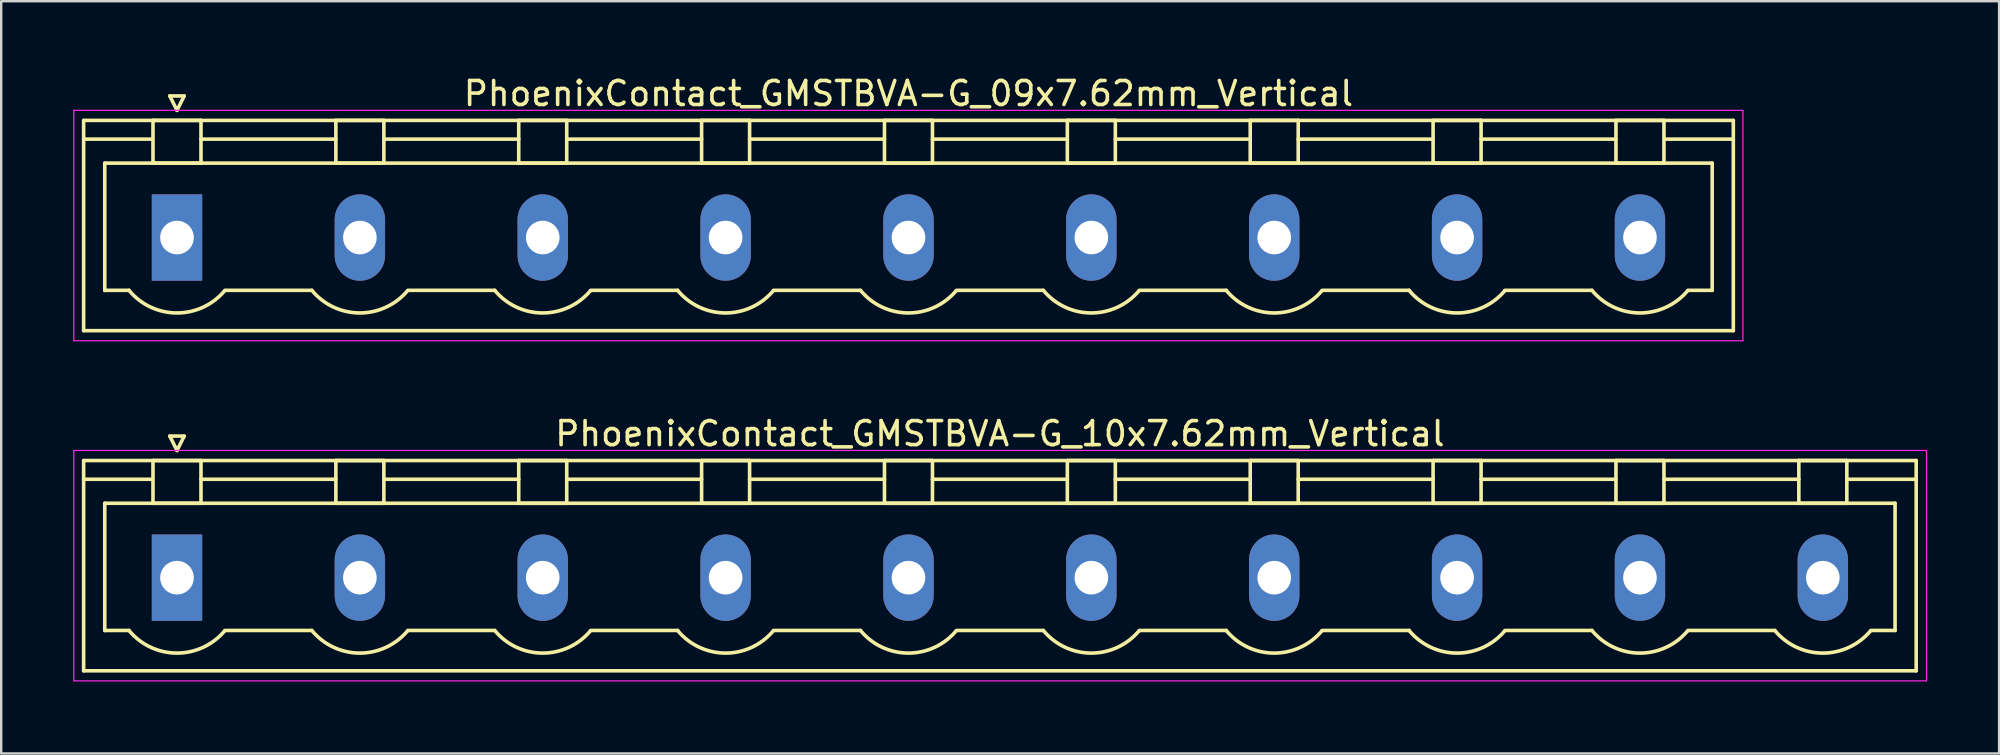
<source format=kicad_pcb>
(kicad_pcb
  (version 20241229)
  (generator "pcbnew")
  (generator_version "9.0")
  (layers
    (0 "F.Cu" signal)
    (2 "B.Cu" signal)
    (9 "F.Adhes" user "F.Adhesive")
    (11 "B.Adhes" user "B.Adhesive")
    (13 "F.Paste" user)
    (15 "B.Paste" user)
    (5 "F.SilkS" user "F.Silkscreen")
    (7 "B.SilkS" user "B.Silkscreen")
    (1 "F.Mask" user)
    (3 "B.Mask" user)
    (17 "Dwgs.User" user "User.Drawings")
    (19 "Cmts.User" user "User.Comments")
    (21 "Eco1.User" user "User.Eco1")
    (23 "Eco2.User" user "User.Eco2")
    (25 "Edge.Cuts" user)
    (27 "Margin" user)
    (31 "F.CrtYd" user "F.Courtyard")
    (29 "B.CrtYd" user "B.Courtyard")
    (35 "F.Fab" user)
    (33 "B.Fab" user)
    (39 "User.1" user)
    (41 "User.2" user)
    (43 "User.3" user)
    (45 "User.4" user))
  (footprint "PhoenixContact_GMSTBVA-G_09x7.62mm_Vertical"
    (layer "F.Cu")
    (at 4.325 6.848)
    (property "Reference" "PhoenixContact_GMSTBVA-G_09x7.62mm_Vertical" (at 30.48 -6 0) (layer "F.SilkS") (effects (font (size 1 1) (thickness 0.15))))
    (attr through_hole)
    (fp_line (start -3.89 -4.88) (end -3.89 3.88) (stroke (width 0.15) (type solid)) (layer "F.SilkS"))
    (fp_line (start -3.89 -4.1) (end -1.08 -4.1) (stroke (width 0.15) (type solid)) (layer "F.SilkS"))
    (fp_line (start -3.89 3.88) (end 64.85 3.88) (stroke (width 0.15) (type solid)) (layer "F.SilkS"))
    (fp_line (start -3.01 -3.1) (end 63.97 -3.1) (stroke (width 0.15) (type solid)) (layer "F.SilkS"))
    (fp_line (start -3.01 2.2) (end -3.01 -3.1) (stroke (width 0.15) (type solid)) (layer "F.SilkS"))
    (fp_line (start -2 2.2) (end -3.01 2.2) (stroke (width 0.15) (type solid)) (layer "F.SilkS"))
    (fp_line (start -1 -4.88) (end 1 -4.88) (stroke (width 0.15) (type solid)) (layer "F.SilkS"))
    (fp_line (start -1 -3.1) (end -1 -4.88) (stroke (width 0.15) (type solid)) (layer "F.SilkS"))
    (fp_line (start -0.3 -5.9) (end 0 -5.3) (stroke (width 0.15) (type solid)) (layer "F.SilkS"))
    (fp_line (start 0 -5.3) (end 0.3 -5.9) (stroke (width 0.15) (type solid)) (layer "F.SilkS"))
    (fp_line (start 0.3 -5.9) (end -0.3 -5.9) (stroke (width 0.15) (type solid)) (layer "F.SilkS"))
    (fp_line (start 1 -4.88) (end 1 -3.1) (stroke (width 0.15) (type solid)) (layer "F.SilkS"))
    (fp_line (start 1 -4.1) (end 6.62 -4.1) (stroke (width 0.15) (type solid)) (layer "F.SilkS"))
    (fp_line (start 1 -3.1) (end -1 -3.1) (stroke (width 0.15) (type solid)) (layer "F.SilkS"))
    (fp_line (start 2 2.2) (end 5.62 2.2) (stroke (width 0.15) (type solid)) (layer "F.SilkS"))
    (fp_line (start 6.62 -4.88) (end 8.62 -4.88) (stroke (width 0.15) (type solid)) (layer "F.SilkS"))
    (fp_line (start 6.62 -3.1) (end 6.62 -4.88) (stroke (width 0.15) (type solid)) (layer "F.SilkS"))
    (fp_line (start 8.62 -4.88) (end 8.62 -3.1) (stroke (width 0.15) (type solid)) (layer "F.SilkS"))
    (fp_line (start 8.62 -4.1) (end 14.24 -4.1) (stroke (width 0.15) (type solid)) (layer "F.SilkS"))
    (fp_line (start 8.62 -3.1) (end 6.62 -3.1) (stroke (width 0.15) (type solid)) (layer "F.SilkS"))
    (fp_line (start 9.62 2.2) (end 13.24 2.2) (stroke (width 0.15) (type solid)) (layer "F.SilkS"))
    (fp_line (start 14.24 -4.88) (end 16.24 -4.88) (stroke (width 0.15) (type solid)) (layer "F.SilkS"))
    (fp_line (start 14.24 -3.1) (end 14.24 -4.88) (stroke (width 0.15) (type solid)) (layer "F.SilkS"))
    (fp_line (start 16.24 -4.88) (end 16.24 -3.1) (stroke (width 0.15) (type solid)) (layer "F.SilkS"))
    (fp_line (start 16.24 -4.1) (end 21.86 -4.1) (stroke (width 0.15) (type solid)) (layer "F.SilkS"))
    (fp_line (start 16.24 -3.1) (end 14.24 -3.1) (stroke (width 0.15) (type solid)) (layer "F.SilkS"))
    (fp_line (start 17.24 2.2) (end 20.86 2.2) (stroke (width 0.15) (type solid)) (layer "F.SilkS"))
    (fp_line (start 21.86 -4.88) (end 23.86 -4.88) (stroke (width 0.15) (type solid)) (layer "F.SilkS"))
    (fp_line (start 21.86 -3.1) (end 21.86 -4.88) (stroke (width 0.15) (type solid)) (layer "F.SilkS"))
    (fp_line (start 23.86 -4.88) (end 23.86 -3.1) (stroke (width 0.15) (type solid)) (layer "F.SilkS"))
    (fp_line (start 23.86 -4.1) (end 29.48 -4.1) (stroke (width 0.15) (type solid)) (layer "F.SilkS"))
    (fp_line (start 23.86 -3.1) (end 21.86 -3.1) (stroke (width 0.15) (type solid)) (layer "F.SilkS"))
    (fp_line (start 24.86 2.2) (end 28.48 2.2) (stroke (width 0.15) (type solid)) (layer "F.SilkS"))
    (fp_line (start 29.48 -4.88) (end 31.48 -4.88) (stroke (width 0.15) (type solid)) (layer "F.SilkS"))
    (fp_line (start 29.48 -3.1) (end 29.48 -4.88) (stroke (width 0.15) (type solid)) (layer "F.SilkS"))
    (fp_line (start 31.48 -4.88) (end 31.48 -3.1) (stroke (width 0.15) (type solid)) (layer "F.SilkS"))
    (fp_line (start 31.48 -4.1) (end 37.1 -4.1) (stroke (width 0.15) (type solid)) (layer "F.SilkS"))
    (fp_line (start 31.48 -3.1) (end 29.48 -3.1) (stroke (width 0.15) (type solid)) (layer "F.SilkS"))
    (fp_line (start 32.48 2.2) (end 36.1 2.2) (stroke (width 0.15) (type solid)) (layer "F.SilkS"))
    (fp_line (start 37.1 -4.88) (end 39.1 -4.88) (stroke (width 0.15) (type solid)) (layer "F.SilkS"))
    (fp_line (start 37.1 -3.1) (end 37.1 -4.88) (stroke (width 0.15) (type solid)) (layer "F.SilkS"))
    (fp_line (start 39.1 -4.88) (end 39.1 -3.1) (stroke (width 0.15) (type solid)) (layer "F.SilkS"))
    (fp_line (start 39.1 -4.1) (end 44.72 -4.1) (stroke (width 0.15) (type solid)) (layer "F.SilkS"))
    (fp_line (start 39.1 -3.1) (end 37.1 -3.1) (stroke (width 0.15) (type solid)) (layer "F.SilkS"))
    (fp_line (start 40.1 2.2) (end 43.72 2.2) (stroke (width 0.15) (type solid)) (layer "F.SilkS"))
    (fp_line (start 44.72 -4.88) (end 46.72 -4.88) (stroke (width 0.15) (type solid)) (layer "F.SilkS"))
    (fp_line (start 44.72 -3.1) (end 44.72 -4.88) (stroke (width 0.15) (type solid)) (layer "F.SilkS"))
    (fp_line (start 46.72 -4.88) (end 46.72 -3.1) (stroke (width 0.15) (type solid)) (layer "F.SilkS"))
    (fp_line (start 46.72 -4.1) (end 52.34 -4.1) (stroke (width 0.15) (type solid)) (layer "F.SilkS"))
    (fp_line (start 46.72 -3.1) (end 44.72 -3.1) (stroke (width 0.15) (type solid)) (layer "F.SilkS"))
    (fp_line (start 47.72 2.2) (end 51.34 2.2) (stroke (width 0.15) (type solid)) (layer "F.SilkS"))
    (fp_line (start 52.34 -4.88) (end 54.34 -4.88) (stroke (width 0.15) (type solid)) (layer "F.SilkS"))
    (fp_line (start 52.34 -3.1) (end 52.34 -4.88) (stroke (width 0.15) (type solid)) (layer "F.SilkS"))
    (fp_line (start 54.34 -4.88) (end 54.34 -3.1) (stroke (width 0.15) (type solid)) (layer "F.SilkS"))
    (fp_line (start 54.34 -4.1) (end 59.96 -4.1) (stroke (width 0.15) (type solid)) (layer "F.SilkS"))
    (fp_line (start 54.34 -3.1) (end 52.34 -3.1) (stroke (width 0.15) (type solid)) (layer "F.SilkS"))
    (fp_line (start 55.34 2.2) (end 58.96 2.2) (stroke (width 0.15) (type solid)) (layer "F.SilkS"))
    (fp_line (start 59.96 -4.88) (end 61.96 -4.88) (stroke (width 0.15) (type solid)) (layer "F.SilkS"))
    (fp_line (start 59.96 -3.1) (end 59.96 -4.88) (stroke (width 0.15) (type solid)) (layer "F.SilkS"))
    (fp_line (start 61.96 -4.88) (end 61.96 -3.1) (stroke (width 0.15) (type solid)) (layer "F.SilkS"))
    (fp_line (start 61.96 -3.1) (end 59.96 -3.1) (stroke (width 0.15) (type solid)) (layer "F.SilkS"))
    (fp_line (start 63.97 -3.1) (end 63.97 2.2) (stroke (width 0.15) (type solid)) (layer "F.SilkS"))
    (fp_line (start 63.97 2.2) (end 62.96 2.2) (stroke (width 0.15) (type solid)) (layer "F.SilkS"))
    (fp_line (start 64.85 -4.88) (end -3.89 -4.88) (stroke (width 0.15) (type solid)) (layer "F.SilkS"))
    (fp_line (start 64.85 -4.1) (end 62.04 -4.1) (stroke (width 0.15) (type solid)) (layer "F.SilkS"))
    (fp_line (start 64.85 3.88) (end 64.85 -4.88) (stroke (width 0.15) (type solid)) (layer "F.SilkS"))
    (fp_arc (start 1.986842 2.215821) (mid -0.010289 3.142758) (end -2 2.2) (stroke (width 0.15) (type solid)) (layer "F.SilkS"))
    (fp_arc (start 9.606842 2.215821) (mid 7.609711 3.142758) (end 5.62 2.2) (stroke (width 0.15) (type solid)) (layer "F.SilkS"))
    (fp_arc (start 17.226842 2.215821) (mid 15.229711 3.142758) (end 13.24 2.2) (stroke (width 0.15) (type solid)) (layer "F.SilkS"))
    (fp_arc (start 24.846842 2.215821) (mid 22.849711 3.142758) (end 20.86 2.2) (stroke (width 0.15) (type solid)) (layer "F.SilkS"))
    (fp_arc (start 32.466842 2.215821) (mid 30.469711 3.142758) (end 28.48 2.2) (stroke (width 0.15) (type solid)) (layer "F.SilkS"))
    (fp_arc (start 40.086842 2.215821) (mid 38.089711 3.142758) (end 36.1 2.2) (stroke (width 0.15) (type solid)) (layer "F.SilkS"))
    (fp_arc (start 47.706842 2.215821) (mid 45.709711 3.142758) (end 43.72 2.2) (stroke (width 0.15) (type solid)) (layer "F.SilkS"))
    (fp_arc (start 55.326842 2.215821) (mid 53.329711 3.142758) (end 51.34 2.2) (stroke (width 0.15) (type solid)) (layer "F.SilkS"))
    (fp_arc (start 62.946842 2.215821) (mid 60.949711 3.142758) (end 58.96 2.2) (stroke (width 0.15) (type solid)) (layer "F.SilkS"))
    (fp_line (start -4.3 -5.3) (end -4.3 4.3) (stroke (width 0.05) (type solid)) (layer "F.CrtYd"))
    (fp_line (start -4.3 4.3) (end 65.25 4.3) (stroke (width 0.05) (type solid)) (layer "F.CrtYd"))
    (fp_line (start 65.25 -5.3) (end -4.3 -5.3) (stroke (width 0.05) (type solid)) (layer "F.CrtYd"))
    (fp_line (start 65.25 4.3) (end 65.25 -5.3) (stroke (width 0.05) (type solid)) (layer "F.CrtYd"))
    (pad "1" thru_hole rect (at 0 0) (size 2.1 3.6) (drill 1.4) (layers "*.Cu" "*.Mask"))
    (pad "2" thru_hole oval (at 7.62 0) (size 2.1 3.6) (drill 1.4) (layers "*.Cu" "*.Mask"))
    (pad "3" thru_hole oval (at 15.24 0) (size 2.1 3.6) (drill 1.4) (layers "*.Cu" "*.Mask"))
    (pad "4" thru_hole oval (at 22.86 0) (size 2.1 3.6) (drill 1.4) (layers "*.Cu" "*.Mask"))
    (pad "5" thru_hole oval (at 30.48 0) (size 2.1 3.6) (drill 1.4) (layers "*.Cu" "*.Mask"))
    (pad "6" thru_hole oval (at 38.1 0) (size 2.1 3.6) (drill 1.4) (layers "*.Cu" "*.Mask"))
    (pad "7" thru_hole oval (at 45.72 0) (size 2.1 3.6) (drill 1.4) (layers "*.Cu" "*.Mask"))
    (pad "8" thru_hole oval (at 53.34 0) (size 2.1 3.6) (drill 1.4) (layers "*.Cu" "*.Mask"))
    (pad "9" thru_hole oval (at 60.96 0) (size 2.1 3.6) (drill 1.4) (layers "*.Cu" "*.Mask")))
  (footprint "PhoenixContact_GMSTBVA-G_10x7.62mm_Vertical"
    (layer "F.Cu")
    (at 4.325 21.021)
    (property "Reference" "PhoenixContact_GMSTBVA-G_10x7.62mm_Vertical" (at 34.29 -6 0) (layer "F.SilkS") (effects (font (size 1 1) (thickness 0.15))))
    (attr through_hole)
    (fp_line (start -3.89 -4.88) (end -3.89 3.88) (stroke (width 0.15) (type solid)) (layer "F.SilkS"))
    (fp_line (start -3.89 -4.1) (end -1.08 -4.1) (stroke (width 0.15) (type solid)) (layer "F.SilkS"))
    (fp_line (start -3.89 3.88) (end 72.47 3.88) (stroke (width 0.15) (type solid)) (layer "F.SilkS"))
    (fp_line (start -3.01 -3.1) (end 71.59 -3.1) (stroke (width 0.15) (type solid)) (layer "F.SilkS"))
    (fp_line (start -3.01 2.2) (end -3.01 -3.1) (stroke (width 0.15) (type solid)) (layer "F.SilkS"))
    (fp_line (start -2 2.2) (end -3.01 2.2) (stroke (width 0.15) (type solid)) (layer "F.SilkS"))
    (fp_line (start -1 -4.88) (end 1 -4.88) (stroke (width 0.15) (type solid)) (layer "F.SilkS"))
    (fp_line (start -1 -3.1) (end -1 -4.88) (stroke (width 0.15) (type solid)) (layer "F.SilkS"))
    (fp_line (start -0.3 -5.9) (end 0 -5.3) (stroke (width 0.15) (type solid)) (layer "F.SilkS"))
    (fp_line (start 0 -5.3) (end 0.3 -5.9) (stroke (width 0.15) (type solid)) (layer "F.SilkS"))
    (fp_line (start 0.3 -5.9) (end -0.3 -5.9) (stroke (width 0.15) (type solid)) (layer "F.SilkS"))
    (fp_line (start 1 -4.88) (end 1 -3.1) (stroke (width 0.15) (type solid)) (layer "F.SilkS"))
    (fp_line (start 1 -4.1) (end 6.62 -4.1) (stroke (width 0.15) (type solid)) (layer "F.SilkS"))
    (fp_line (start 1 -3.1) (end -1 -3.1) (stroke (width 0.15) (type solid)) (layer "F.SilkS"))
    (fp_line (start 2 2.2) (end 5.62 2.2) (stroke (width 0.15) (type solid)) (layer "F.SilkS"))
    (fp_line (start 6.62 -4.88) (end 8.62 -4.88) (stroke (width 0.15) (type solid)) (layer "F.SilkS"))
    (fp_line (start 6.62 -3.1) (end 6.62 -4.88) (stroke (width 0.15) (type solid)) (layer "F.SilkS"))
    (fp_line (start 8.62 -4.88) (end 8.62 -3.1) (stroke (width 0.15) (type solid)) (layer "F.SilkS"))
    (fp_line (start 8.62 -4.1) (end 14.24 -4.1) (stroke (width 0.15) (type solid)) (layer "F.SilkS"))
    (fp_line (start 8.62 -3.1) (end 6.62 -3.1) (stroke (width 0.15) (type solid)) (layer "F.SilkS"))
    (fp_line (start 9.62 2.2) (end 13.24 2.2) (stroke (width 0.15) (type solid)) (layer "F.SilkS"))
    (fp_line (start 14.24 -4.88) (end 16.24 -4.88) (stroke (width 0.15) (type solid)) (layer "F.SilkS"))
    (fp_line (start 14.24 -3.1) (end 14.24 -4.88) (stroke (width 0.15) (type solid)) (layer "F.SilkS"))
    (fp_line (start 16.24 -4.88) (end 16.24 -3.1) (stroke (width 0.15) (type solid)) (layer "F.SilkS"))
    (fp_line (start 16.24 -4.1) (end 21.86 -4.1) (stroke (width 0.15) (type solid)) (layer "F.SilkS"))
    (fp_line (start 16.24 -3.1) (end 14.24 -3.1) (stroke (width 0.15) (type solid)) (layer "F.SilkS"))
    (fp_line (start 17.24 2.2) (end 20.86 2.2) (stroke (width 0.15) (type solid)) (layer "F.SilkS"))
    (fp_line (start 21.86 -4.88) (end 23.86 -4.88) (stroke (width 0.15) (type solid)) (layer "F.SilkS"))
    (fp_line (start 21.86 -3.1) (end 21.86 -4.88) (stroke (width 0.15) (type solid)) (layer "F.SilkS"))
    (fp_line (start 23.86 -4.88) (end 23.86 -3.1) (stroke (width 0.15) (type solid)) (layer "F.SilkS"))
    (fp_line (start 23.86 -4.1) (end 29.48 -4.1) (stroke (width 0.15) (type solid)) (layer "F.SilkS"))
    (fp_line (start 23.86 -3.1) (end 21.86 -3.1) (stroke (width 0.15) (type solid)) (layer "F.SilkS"))
    (fp_line (start 24.86 2.2) (end 28.48 2.2) (stroke (width 0.15) (type solid)) (layer "F.SilkS"))
    (fp_line (start 29.48 -4.88) (end 31.48 -4.88) (stroke (width 0.15) (type solid)) (layer "F.SilkS"))
    (fp_line (start 29.48 -3.1) (end 29.48 -4.88) (stroke (width 0.15) (type solid)) (layer "F.SilkS"))
    (fp_line (start 31.48 -4.88) (end 31.48 -3.1) (stroke (width 0.15) (type solid)) (layer "F.SilkS"))
    (fp_line (start 31.48 -4.1) (end 37.1 -4.1) (stroke (width 0.15) (type solid)) (layer "F.SilkS"))
    (fp_line (start 31.48 -3.1) (end 29.48 -3.1) (stroke (width 0.15) (type solid)) (layer "F.SilkS"))
    (fp_line (start 32.48 2.2) (end 36.1 2.2) (stroke (width 0.15) (type solid)) (layer "F.SilkS"))
    (fp_line (start 37.1 -4.88) (end 39.1 -4.88) (stroke (width 0.15) (type solid)) (layer "F.SilkS"))
    (fp_line (start 37.1 -3.1) (end 37.1 -4.88) (stroke (width 0.15) (type solid)) (layer "F.SilkS"))
    (fp_line (start 39.1 -4.88) (end 39.1 -3.1) (stroke (width 0.15) (type solid)) (layer "F.SilkS"))
    (fp_line (start 39.1 -4.1) (end 44.72 -4.1) (stroke (width 0.15) (type solid)) (layer "F.SilkS"))
    (fp_line (start 39.1 -3.1) (end 37.1 -3.1) (stroke (width 0.15) (type solid)) (layer "F.SilkS"))
    (fp_line (start 40.1 2.2) (end 43.72 2.2) (stroke (width 0.15) (type solid)) (layer "F.SilkS"))
    (fp_line (start 44.72 -4.88) (end 46.72 -4.88) (stroke (width 0.15) (type solid)) (layer "F.SilkS"))
    (fp_line (start 44.72 -3.1) (end 44.72 -4.88) (stroke (width 0.15) (type solid)) (layer "F.SilkS"))
    (fp_line (start 46.72 -4.88) (end 46.72 -3.1) (stroke (width 0.15) (type solid)) (layer "F.SilkS"))
    (fp_line (start 46.72 -4.1) (end 52.34 -4.1) (stroke (width 0.15) (type solid)) (layer "F.SilkS"))
    (fp_line (start 46.72 -3.1) (end 44.72 -3.1) (stroke (width 0.15) (type solid)) (layer "F.SilkS"))
    (fp_line (start 47.72 2.2) (end 51.34 2.2) (stroke (width 0.15) (type solid)) (layer "F.SilkS"))
    (fp_line (start 52.34 -4.88) (end 54.34 -4.88) (stroke (width 0.15) (type solid)) (layer "F.SilkS"))
    (fp_line (start 52.34 -3.1) (end 52.34 -4.88) (stroke (width 0.15) (type solid)) (layer "F.SilkS"))
    (fp_line (start 54.34 -4.88) (end 54.34 -3.1) (stroke (width 0.15) (type solid)) (layer "F.SilkS"))
    (fp_line (start 54.34 -4.1) (end 59.96 -4.1) (stroke (width 0.15) (type solid)) (layer "F.SilkS"))
    (fp_line (start 54.34 -3.1) (end 52.34 -3.1) (stroke (width 0.15) (type solid)) (layer "F.SilkS"))
    (fp_line (start 55.34 2.2) (end 58.96 2.2) (stroke (width 0.15) (type solid)) (layer "F.SilkS"))
    (fp_line (start 59.96 -4.88) (end 61.96 -4.88) (stroke (width 0.15) (type solid)) (layer "F.SilkS"))
    (fp_line (start 59.96 -3.1) (end 59.96 -4.88) (stroke (width 0.15) (type solid)) (layer "F.SilkS"))
    (fp_line (start 61.96 -4.88) (end 61.96 -3.1) (stroke (width 0.15) (type solid)) (layer "F.SilkS"))
    (fp_line (start 61.96 -4.1) (end 67.58 -4.1) (stroke (width 0.15) (type solid)) (layer "F.SilkS"))
    (fp_line (start 61.96 -3.1) (end 59.96 -3.1) (stroke (width 0.15) (type solid)) (layer "F.SilkS"))
    (fp_line (start 62.96 2.2) (end 66.58 2.2) (stroke (width 0.15) (type solid)) (layer "F.SilkS"))
    (fp_line (start 67.58 -4.88) (end 69.58 -4.88) (stroke (width 0.15) (type solid)) (layer "F.SilkS"))
    (fp_line (start 67.58 -3.1) (end 67.58 -4.88) (stroke (width 0.15) (type solid)) (layer "F.SilkS"))
    (fp_line (start 69.58 -4.88) (end 69.58 -3.1) (stroke (width 0.15) (type solid)) (layer "F.SilkS"))
    (fp_line (start 69.58 -3.1) (end 67.58 -3.1) (stroke (width 0.15) (type solid)) (layer "F.SilkS"))
    (fp_line (start 71.59 -3.1) (end 71.59 2.2) (stroke (width 0.15) (type solid)) (layer "F.SilkS"))
    (fp_line (start 71.59 2.2) (end 70.58 2.2) (stroke (width 0.15) (type solid)) (layer "F.SilkS"))
    (fp_line (start 72.47 -4.88) (end -3.89 -4.88) (stroke (width 0.15) (type solid)) (layer "F.SilkS"))
    (fp_line (start 72.47 -4.1) (end 69.66 -4.1) (stroke (width 0.15) (type solid)) (layer "F.SilkS"))
    (fp_line (start 72.47 3.88) (end 72.47 -4.88) (stroke (width 0.15) (type solid)) (layer "F.SilkS"))
    (fp_arc (start 1.986842 2.215821) (mid -0.010289 3.142758) (end -2 2.2) (stroke (width 0.15) (type solid)) (layer "F.SilkS"))
    (fp_arc (start 9.606842 2.215821) (mid 7.609711 3.142758) (end 5.62 2.2) (stroke (width 0.15) (type solid)) (layer "F.SilkS"))
    (fp_arc (start 17.226842 2.215821) (mid 15.229711 3.142758) (end 13.24 2.2) (stroke (width 0.15) (type solid)) (layer "F.SilkS"))
    (fp_arc (start 24.846842 2.215821) (mid 22.849711 3.142758) (end 20.86 2.2) (stroke (width 0.15) (type solid)) (layer "F.SilkS"))
    (fp_arc (start 32.466842 2.215821) (mid 30.469711 3.142758) (end 28.48 2.2) (stroke (width 0.15) (type solid)) (layer "F.SilkS"))
    (fp_arc (start 40.086842 2.215821) (mid 38.089711 3.142758) (end 36.1 2.2) (stroke (width 0.15) (type solid)) (layer "F.SilkS"))
    (fp_arc (start 47.706842 2.215821) (mid 45.709711 3.142758) (end 43.72 2.2) (stroke (width 0.15) (type solid)) (layer "F.SilkS"))
    (fp_arc (start 55.326842 2.215821) (mid 53.329711 3.142758) (end 51.34 2.2) (stroke (width 0.15) (type solid)) (layer "F.SilkS"))
    (fp_arc (start 62.946842 2.215821) (mid 60.949711 3.142758) (end 58.96 2.2) (stroke (width 0.15) (type solid)) (layer "F.SilkS"))
    (fp_arc (start 70.566842 2.215821) (mid 68.569711 3.142758) (end 66.58 2.2) (stroke (width 0.15) (type solid)) (layer "F.SilkS"))
    (fp_line (start -4.3 -5.3) (end -4.3 4.3) (stroke (width 0.05) (type solid)) (layer "F.CrtYd"))
    (fp_line (start -4.3 4.3) (end 72.9 4.3) (stroke (width 0.05) (type solid)) (layer "F.CrtYd"))
    (fp_line (start 72.9 -5.3) (end -4.3 -5.3) (stroke (width 0.05) (type solid)) (layer "F.CrtYd"))
    (fp_line (start 72.9 4.3) (end 72.9 -5.3) (stroke (width 0.05) (type solid)) (layer "F.CrtYd"))
    (pad "1" thru_hole rect (at 0 0) (size 2.1 3.6) (drill 1.4) (layers "*.Cu" "*.Mask"))
    (pad "2" thru_hole oval (at 7.62 0) (size 2.1 3.6) (drill 1.4) (layers "*.Cu" "*.Mask"))
    (pad "3" thru_hole oval (at 15.24 0) (size 2.1 3.6) (drill 1.4) (layers "*.Cu" "*.Mask"))
    (pad "4" thru_hole oval (at 22.86 0) (size 2.1 3.6) (drill 1.4) (layers "*.Cu" "*.Mask"))
    (pad "5" thru_hole oval (at 30.48 0) (size 2.1 3.6) (drill 1.4) (layers "*.Cu" "*.Mask"))
    (pad "6" thru_hole oval (at 38.1 0) (size 2.1 3.6) (drill 1.4) (layers "*.Cu" "*.Mask"))
    (pad "7" thru_hole oval (at 45.72 0) (size 2.1 3.6) (drill 1.4) (layers "*.Cu" "*.Mask"))
    (pad "8" thru_hole oval (at 53.34 0) (size 2.1 3.6) (drill 1.4) (layers "*.Cu" "*.Mask"))
    (pad "9" thru_hole oval (at 60.96 0) (size 2.1 3.6) (drill 1.4) (layers "*.Cu" "*.Mask"))
    (pad "10" thru_hole oval (at 68.58 0) (size 2.1 3.6) (drill 1.4) (layers "*.Cu" "*.Mask")))
  (gr_rect
    (start -3 -3)
    (end 80.25 28.346)
    (stroke (width 0.1) (type default))
    (fill no)
    (layer "Edge.Cuts")))
</source>
